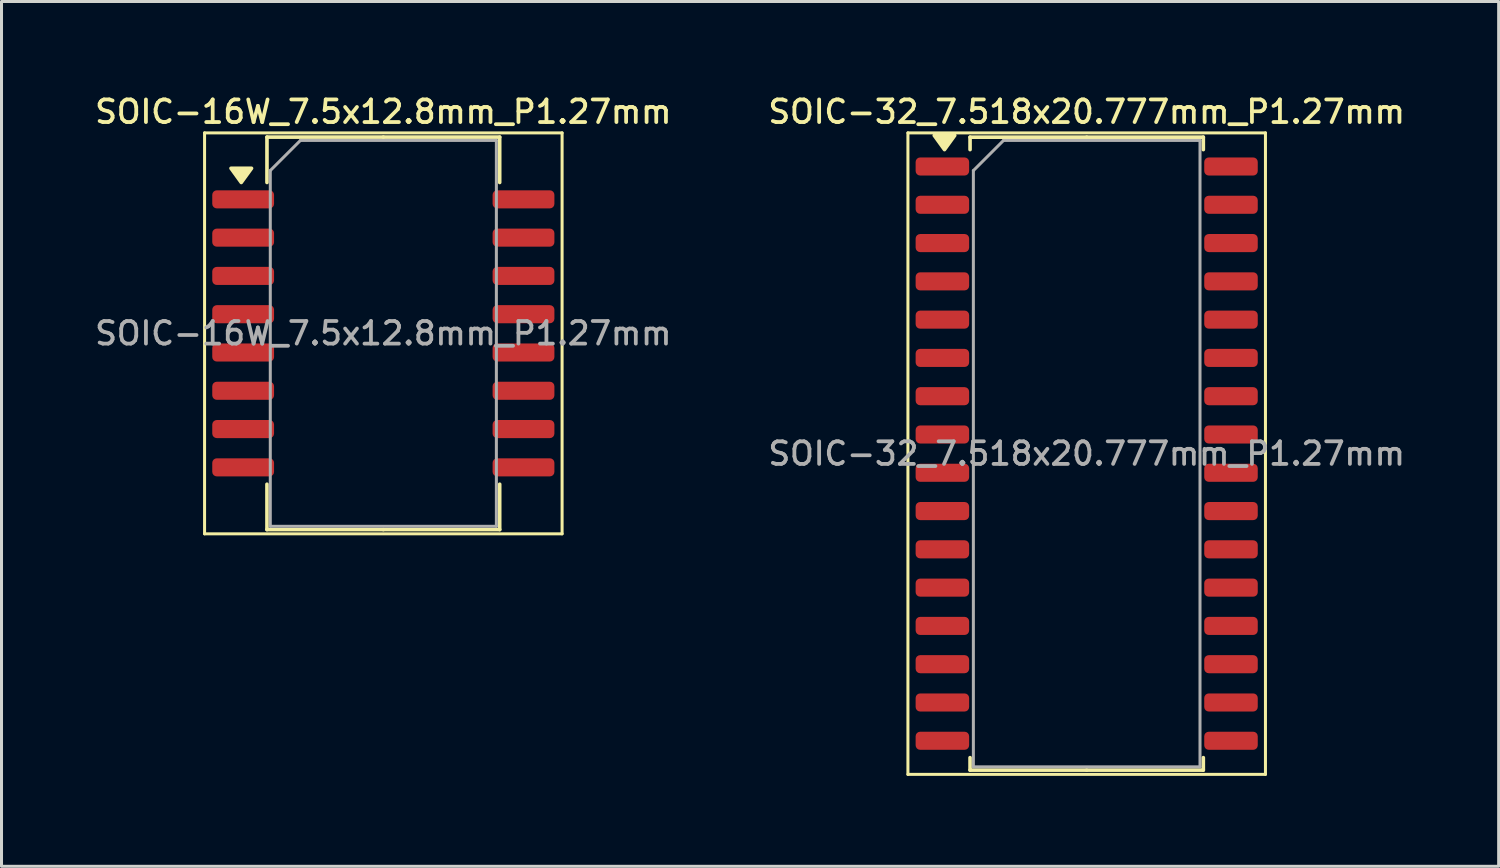
<source format=kicad_pcb>
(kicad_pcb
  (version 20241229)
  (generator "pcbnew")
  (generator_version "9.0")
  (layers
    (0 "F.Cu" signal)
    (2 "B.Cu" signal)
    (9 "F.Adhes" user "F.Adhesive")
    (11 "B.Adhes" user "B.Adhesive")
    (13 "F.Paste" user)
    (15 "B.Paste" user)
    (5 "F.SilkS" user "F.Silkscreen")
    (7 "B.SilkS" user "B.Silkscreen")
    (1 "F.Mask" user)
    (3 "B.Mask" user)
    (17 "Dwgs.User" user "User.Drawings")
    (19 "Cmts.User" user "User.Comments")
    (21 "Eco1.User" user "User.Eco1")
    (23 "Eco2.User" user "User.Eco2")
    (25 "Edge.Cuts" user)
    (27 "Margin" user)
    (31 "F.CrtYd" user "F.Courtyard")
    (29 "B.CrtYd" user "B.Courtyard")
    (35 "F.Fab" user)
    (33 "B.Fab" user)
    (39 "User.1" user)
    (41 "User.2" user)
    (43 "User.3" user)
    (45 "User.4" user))
  (footprint "SOIC-16W_7.5x12.8mm_P1.27mm"
    (layer "F.Cu")
    (at 9.666 8.008)
    (property "Reference" "SOIC-16W_7.5x12.8mm_P1.27mm" (at 0 -7.35 0) (layer "F.SilkS") (effects (font (size 0.75 0.75) (thickness 0.125))))
    (attr smd)
    (fp_line (start -5.93 -6.65) (end -5.93 6.65) (stroke (width 0.1) (type solid)) (layer "F.SilkS"))
    (fp_line (start -5.93 6.65) (end 5.93 6.65) (stroke (width 0.1) (type solid)) (layer "F.SilkS"))
    (fp_line (start -3.86 -6.51) (end -3.86 -5.005) (stroke (width 0.12) (type solid)) (layer "F.SilkS"))
    (fp_line (start -3.86 6.51) (end -3.86 5.005) (stroke (width 0.12) (type solid)) (layer "F.SilkS"))
    (fp_line (start 0 -6.51) (end -3.86 -6.51) (stroke (width 0.12) (type solid)) (layer "F.SilkS"))
    (fp_line (start 0 -6.51) (end 3.86 -6.51) (stroke (width 0.12) (type solid)) (layer "F.SilkS"))
    (fp_line (start 0 6.51) (end -3.86 6.51) (stroke (width 0.12) (type solid)) (layer "F.SilkS"))
    (fp_line (start 0 6.51) (end 3.86 6.51) (stroke (width 0.12) (type solid)) (layer "F.SilkS"))
    (fp_line (start 3.86 -6.51) (end 3.86 -5.005) (stroke (width 0.12) (type solid)) (layer "F.SilkS"))
    (fp_line (start 3.86 6.51) (end 3.86 5.005) (stroke (width 0.12) (type solid)) (layer "F.SilkS"))
    (fp_line (start 5.93 -6.65) (end -5.93 -6.65) (stroke (width 0.1) (type solid)) (layer "F.SilkS"))
    (fp_line (start 5.93 6.65) (end 5.93 -6.65) (stroke (width 0.1) (type solid)) (layer "F.SilkS"))
    (fp_poly (pts (xy -4.713 -5.005) (xy -5.053 -5.475) (xy -4.372 -5.475) (xy -4.713 -5.005)) (stroke (width 0.12) (type solid)) (fill yes) (layer "F.SilkS"))
    (fp_line (start -3.75 -5.4) (end -2.75 -6.4) (stroke (width 0.1) (type solid)) (layer "F.Fab"))
    (fp_line (start -3.75 6.4) (end -3.75 -5.4) (stroke (width 0.1) (type solid)) (layer "F.Fab"))
    (fp_line (start -2.75 -6.4) (end 3.75 -6.4) (stroke (width 0.1) (type solid)) (layer "F.Fab"))
    (fp_line (start 3.75 -6.4) (end 3.75 6.4) (stroke (width 0.1) (type solid)) (layer "F.Fab"))
    (fp_line (start 3.75 6.4) (end -3.75 6.4) (stroke (width 0.1) (type solid)) (layer "F.Fab"))
    (fp_text user "${REFERENCE}" (at 0 0 0) (layer "F.Fab") (effects (font (size 0.75 0.75) (thickness 0.125))))
    (pad "1" smd roundrect (at -4.65 -4.445) (size 2.05 0.6) (layers "F.Cu" "F.Mask" "F.Paste") (roundrect_rratio 0.25))
    (pad "2" smd roundrect (at -4.65 -3.175) (size 2.05 0.6) (layers "F.Cu" "F.Mask" "F.Paste") (roundrect_rratio 0.25))
    (pad "3" smd roundrect (at -4.65 -1.905) (size 2.05 0.6) (layers "F.Cu" "F.Mask" "F.Paste") (roundrect_rratio 0.25))
    (pad "4" smd roundrect (at -4.65 -0.635) (size 2.05 0.6) (layers "F.Cu" "F.Mask" "F.Paste") (roundrect_rratio 0.25))
    (pad "5" smd roundrect (at -4.65 0.635) (size 2.05 0.6) (layers "F.Cu" "F.Mask" "F.Paste") (roundrect_rratio 0.25))
    (pad "6" smd roundrect (at -4.65 1.905) (size 2.05 0.6) (layers "F.Cu" "F.Mask" "F.Paste") (roundrect_rratio 0.25))
    (pad "7" smd roundrect (at -4.65 3.175) (size 2.05 0.6) (layers "F.Cu" "F.Mask" "F.Paste") (roundrect_rratio 0.25))
    (pad "8" smd roundrect (at -4.65 4.445) (size 2.05 0.6) (layers "F.Cu" "F.Mask" "F.Paste") (roundrect_rratio 0.25))
    (pad "9" smd roundrect (at 4.65 4.445) (size 2.05 0.6) (layers "F.Cu" "F.Mask" "F.Paste") (roundrect_rratio 0.25))
    (pad "10" smd roundrect (at 4.65 3.175) (size 2.05 0.6) (layers "F.Cu" "F.Mask" "F.Paste") (roundrect_rratio 0.25))
    (pad "11" smd roundrect (at 4.65 1.905) (size 2.05 0.6) (layers "F.Cu" "F.Mask" "F.Paste") (roundrect_rratio 0.25))
    (pad "12" smd roundrect (at 4.65 0.635) (size 2.05 0.6) (layers "F.Cu" "F.Mask" "F.Paste") (roundrect_rratio 0.25))
    (pad "13" smd roundrect (at 4.65 -0.635) (size 2.05 0.6) (layers "F.Cu" "F.Mask" "F.Paste") (roundrect_rratio 0.25))
    (pad "14" smd roundrect (at 4.65 -1.905) (size 2.05 0.6) (layers "F.Cu" "F.Mask" "F.Paste") (roundrect_rratio 0.25))
    (pad "15" smd roundrect (at 4.65 -3.175) (size 2.05 0.6) (layers "F.Cu" "F.Mask" "F.Paste") (roundrect_rratio 0.25))
    (pad "16" smd roundrect (at 4.65 -4.445) (size 2.05 0.6) (layers "F.Cu" "F.Mask" "F.Paste") (roundrect_rratio 0.25)))
  (footprint "SOIC-32_7.518x20.777mm_P1.27mm"
    (layer "F.Cu")
    (at 32.998 11.998)
    (property "Reference" "SOIC-32_7.518x20.777mm_P1.27mm" (at 0 -11.34 0) (layer "F.SilkS") (effects (font (size 0.75 0.75) (thickness 0.125))))
    (attr smd)
    (fp_line (start -5.93 -10.64) (end -5.93 10.64) (stroke (width 0.1) (type solid)) (layer "F.SilkS"))
    (fp_line (start -5.93 10.64) (end 5.93 10.64) (stroke (width 0.1) (type solid)) (layer "F.SilkS"))
    (fp_line (start -3.869 -10.498) (end -3.869 -10.085) (stroke (width 0.12) (type solid)) (layer "F.SilkS"))
    (fp_line (start -3.869 10.498) (end -3.869 10.085) (stroke (width 0.12) (type solid)) (layer "F.SilkS"))
    (fp_line (start 0 -10.498) (end -3.869 -10.498) (stroke (width 0.12) (type solid)) (layer "F.SilkS"))
    (fp_line (start 0 -10.498) (end 3.869 -10.498) (stroke (width 0.12) (type solid)) (layer "F.SilkS"))
    (fp_line (start 0 10.498) (end -3.869 10.498) (stroke (width 0.12) (type solid)) (layer "F.SilkS"))
    (fp_line (start 0 10.498) (end 3.869 10.498) (stroke (width 0.12) (type solid)) (layer "F.SilkS"))
    (fp_line (start 3.869 -10.498) (end 3.869 -10.085) (stroke (width 0.12) (type solid)) (layer "F.SilkS"))
    (fp_line (start 3.869 10.498) (end 3.869 10.085) (stroke (width 0.12) (type solid)) (layer "F.SilkS"))
    (fp_line (start 5.93 -10.64) (end -5.93 -10.64) (stroke (width 0.1) (type solid)) (layer "F.SilkS"))
    (fp_line (start 5.93 10.64) (end 5.93 -10.64) (stroke (width 0.1) (type solid)) (layer "F.SilkS"))
    (fp_poly (pts (xy -4.717 -10.085) (xy -5.057 -10.555) (xy -4.377 -10.555) (xy -4.717 -10.085)) (stroke (width 0.12) (type solid)) (fill yes) (layer "F.SilkS"))
    (fp_line (start -3.759 -9.389) (end -2.759 -10.389) (stroke (width 0.1) (type solid)) (layer "F.Fab"))
    (fp_line (start -3.759 10.389) (end -3.759 -9.389) (stroke (width 0.1) (type solid)) (layer "F.Fab"))
    (fp_line (start -2.759 -10.389) (end 3.759 -10.389) (stroke (width 0.1) (type solid)) (layer "F.Fab"))
    (fp_line (start 3.759 -10.389) (end 3.759 10.389) (stroke (width 0.1) (type solid)) (layer "F.Fab"))
    (fp_line (start 3.759 10.389) (end -3.759 10.389) (stroke (width 0.1) (type solid)) (layer "F.Fab"))
    (fp_text user "${REFERENCE}" (at 0 0 0) (layer "F.Fab") (effects (font (size 0.75 0.75) (thickness 0.125))))
    (pad "1" smd roundrect (at -4.787 -9.525) (size 1.775 0.6) (layers "F.Cu" "F.Mask" "F.Paste") (roundrect_rratio 0.25))
    (pad "2" smd roundrect (at -4.787 -8.255) (size 1.775 0.6) (layers "F.Cu" "F.Mask" "F.Paste") (roundrect_rratio 0.25))
    (pad "3" smd roundrect (at -4.787 -6.985) (size 1.775 0.6) (layers "F.Cu" "F.Mask" "F.Paste") (roundrect_rratio 0.25))
    (pad "4" smd roundrect (at -4.787 -5.715) (size 1.775 0.6) (layers "F.Cu" "F.Mask" "F.Paste") (roundrect_rratio 0.25))
    (pad "5" smd roundrect (at -4.787 -4.445) (size 1.775 0.6) (layers "F.Cu" "F.Mask" "F.Paste") (roundrect_rratio 0.25))
    (pad "6" smd roundrect (at -4.787 -3.175) (size 1.775 0.6) (layers "F.Cu" "F.Mask" "F.Paste") (roundrect_rratio 0.25))
    (pad "7" smd roundrect (at -4.787 -1.905) (size 1.775 0.6) (layers "F.Cu" "F.Mask" "F.Paste") (roundrect_rratio 0.25))
    (pad "8" smd roundrect (at -4.787 -0.635) (size 1.775 0.6) (layers "F.Cu" "F.Mask" "F.Paste") (roundrect_rratio 0.25))
    (pad "9" smd roundrect (at -4.787 0.635) (size 1.775 0.6) (layers "F.Cu" "F.Mask" "F.Paste") (roundrect_rratio 0.25))
    (pad "10" smd roundrect (at -4.787 1.905) (size 1.775 0.6) (layers "F.Cu" "F.Mask" "F.Paste") (roundrect_rratio 0.25))
    (pad "11" smd roundrect (at -4.787 3.175) (size 1.775 0.6) (layers "F.Cu" "F.Mask" "F.Paste") (roundrect_rratio 0.25))
    (pad "12" smd roundrect (at -4.787 4.445) (size 1.775 0.6) (layers "F.Cu" "F.Mask" "F.Paste") (roundrect_rratio 0.25))
    (pad "13" smd roundrect (at -4.787 5.715) (size 1.775 0.6) (layers "F.Cu" "F.Mask" "F.Paste") (roundrect_rratio 0.25))
    (pad "14" smd roundrect (at -4.787 6.985) (size 1.775 0.6) (layers "F.Cu" "F.Mask" "F.Paste") (roundrect_rratio 0.25))
    (pad "15" smd roundrect (at -4.787 8.255) (size 1.775 0.6) (layers "F.Cu" "F.Mask" "F.Paste") (roundrect_rratio 0.25))
    (pad "16" smd roundrect (at -4.787 9.525) (size 1.775 0.6) (layers "F.Cu" "F.Mask" "F.Paste") (roundrect_rratio 0.25))
    (pad "17" smd roundrect (at 4.787 9.525) (size 1.775 0.6) (layers "F.Cu" "F.Mask" "F.Paste") (roundrect_rratio 0.25))
    (pad "18" smd roundrect (at 4.787 8.255) (size 1.775 0.6) (layers "F.Cu" "F.Mask" "F.Paste") (roundrect_rratio 0.25))
    (pad "19" smd roundrect (at 4.787 6.985) (size 1.775 0.6) (layers "F.Cu" "F.Mask" "F.Paste") (roundrect_rratio 0.25))
    (pad "20" smd roundrect (at 4.787 5.715) (size 1.775 0.6) (layers "F.Cu" "F.Mask" "F.Paste") (roundrect_rratio 0.25))
    (pad "21" smd roundrect (at 4.787 4.445) (size 1.775 0.6) (layers "F.Cu" "F.Mask" "F.Paste") (roundrect_rratio 0.25))
    (pad "22" smd roundrect (at 4.787 3.175) (size 1.775 0.6) (layers "F.Cu" "F.Mask" "F.Paste") (roundrect_rratio 0.25))
    (pad "23" smd roundrect (at 4.787 1.905) (size 1.775 0.6) (layers "F.Cu" "F.Mask" "F.Paste") (roundrect_rratio 0.25))
    (pad "24" smd roundrect (at 4.787 0.635) (size 1.775 0.6) (layers "F.Cu" "F.Mask" "F.Paste") (roundrect_rratio 0.25))
    (pad "25" smd roundrect (at 4.787 -0.635) (size 1.775 0.6) (layers "F.Cu" "F.Mask" "F.Paste") (roundrect_rratio 0.25))
    (pad "26" smd roundrect (at 4.787 -1.905) (size 1.775 0.6) (layers "F.Cu" "F.Mask" "F.Paste") (roundrect_rratio 0.25))
    (pad "27" smd roundrect (at 4.787 -3.175) (size 1.775 0.6) (layers "F.Cu" "F.Mask" "F.Paste") (roundrect_rratio 0.25))
    (pad "28" smd roundrect (at 4.787 -4.445) (size 1.775 0.6) (layers "F.Cu" "F.Mask" "F.Paste") (roundrect_rratio 0.25))
    (pad "29" smd roundrect (at 4.787 -5.715) (size 1.775 0.6) (layers "F.Cu" "F.Mask" "F.Paste") (roundrect_rratio 0.25))
    (pad "30" smd roundrect (at 4.787 -6.985) (size 1.775 0.6) (layers "F.Cu" "F.Mask" "F.Paste") (roundrect_rratio 0.25))
    (pad "31" smd roundrect (at 4.787 -8.255) (size 1.775 0.6) (layers "F.Cu" "F.Mask" "F.Paste") (roundrect_rratio 0.25))
    (pad "32" smd roundrect (at 4.787 -9.525) (size 1.775 0.6) (layers "F.Cu" "F.Mask" "F.Paste") (roundrect_rratio 0.25)))
  (gr_rect
    (start -3 -3)
    (end 46.664 25.688)
    (stroke (width 0.1) (type default))
    (fill no)
    (layer "Edge.Cuts")))
</source>
